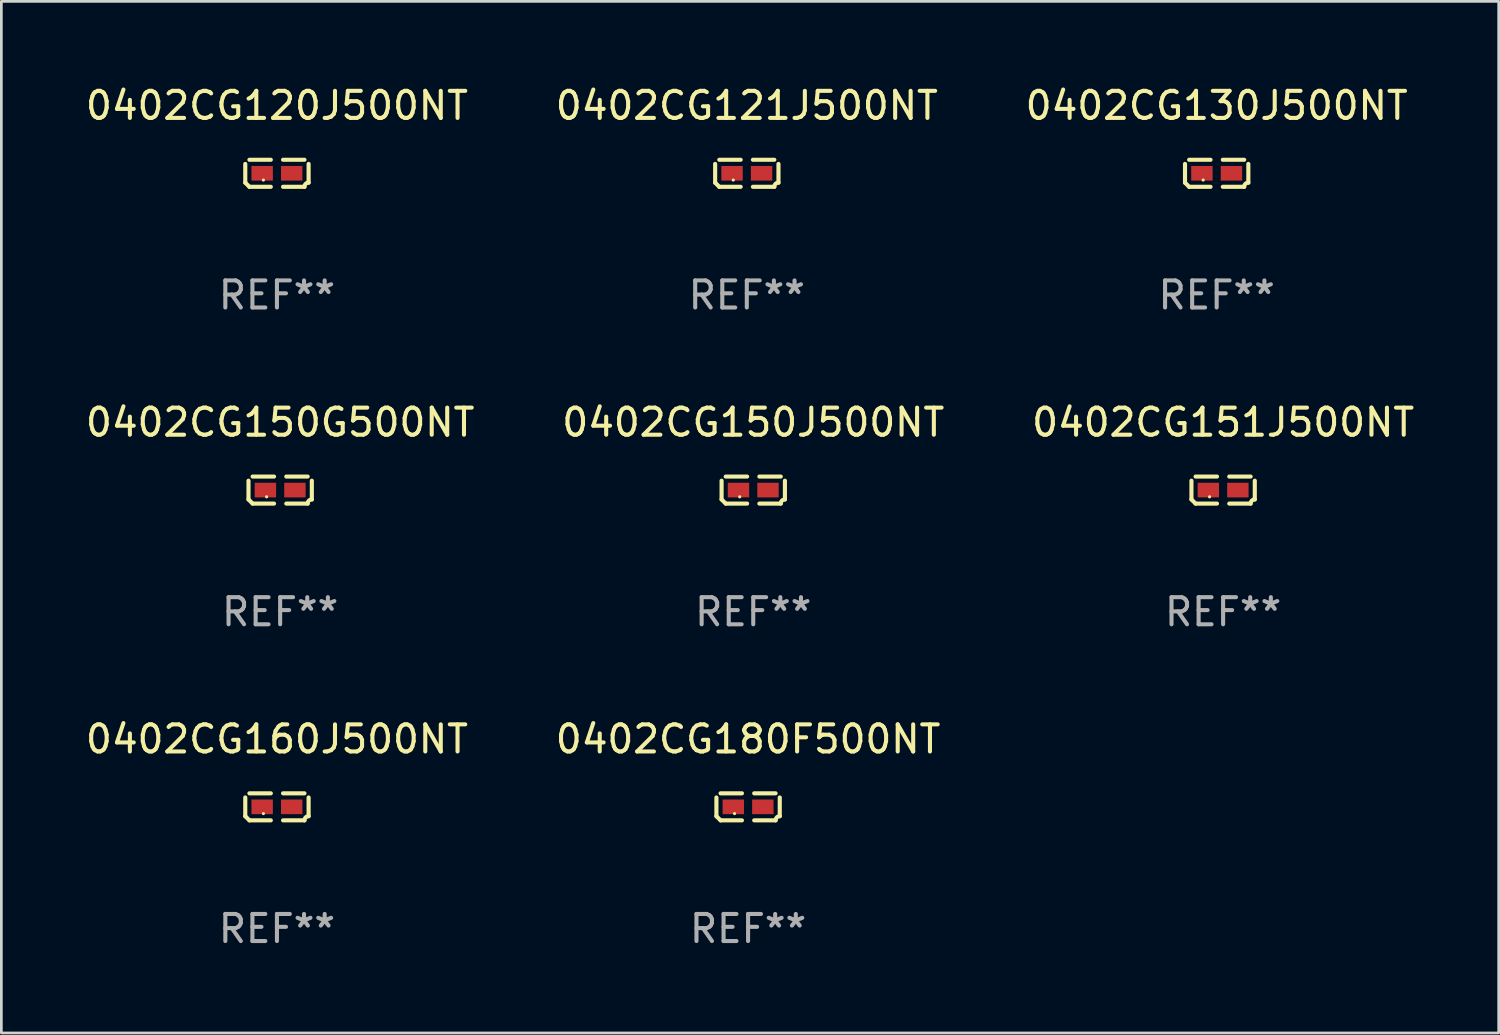
<source format=kicad_pcb>
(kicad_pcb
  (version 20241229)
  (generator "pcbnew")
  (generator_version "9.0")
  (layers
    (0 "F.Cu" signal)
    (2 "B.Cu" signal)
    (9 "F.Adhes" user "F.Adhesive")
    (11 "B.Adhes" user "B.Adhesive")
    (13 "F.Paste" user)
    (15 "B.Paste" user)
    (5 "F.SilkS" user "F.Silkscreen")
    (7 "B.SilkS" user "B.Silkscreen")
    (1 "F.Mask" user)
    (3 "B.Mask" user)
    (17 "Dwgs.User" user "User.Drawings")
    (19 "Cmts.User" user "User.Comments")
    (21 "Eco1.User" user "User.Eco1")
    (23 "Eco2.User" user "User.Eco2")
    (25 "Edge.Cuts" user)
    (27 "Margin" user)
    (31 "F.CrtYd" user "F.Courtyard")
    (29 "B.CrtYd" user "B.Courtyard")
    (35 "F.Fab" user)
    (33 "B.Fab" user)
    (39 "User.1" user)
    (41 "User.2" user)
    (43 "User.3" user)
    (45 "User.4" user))
  (footprint "0402CG180F500NT"
    (layer "F.Cu")
    (at 24.565 26.734)
    (property "Reference" "0402CG180F500NT" (at 0 -2.499 0) (layer "F.SilkS") (effects (font (size 1 1) (thickness 0.15))))
    (attr through_hole)
    (fp_line (start -1.169 0.346) (end -1.169 -0.346) (stroke (width 0.152) (type solid)) (layer "F.SilkS"))
    (fp_line (start -1.016 -0.499) (end -0.226 -0.499) (stroke (width 0.152) (type solid)) (layer "F.SilkS"))
    (fp_line (start -0.226 0.499) (end -1.016 0.499) (stroke (width 0.152) (type solid)) (layer "F.SilkS"))
    (fp_line (start 0.226 0.499) (end 1.016 0.499) (stroke (width 0.152) (type solid)) (layer "F.SilkS"))
    (fp_line (start 1.016 -0.499) (end 0.226 -0.499) (stroke (width 0.152) (type solid)) (layer "F.SilkS"))
    (fp_line (start 1.169 0.346) (end 1.169 -0.346) (stroke (width 0.152) (type solid)) (layer "F.SilkS"))
    (fp_arc (start -1.016307 0.498603) (mid -1.092512 0.422405) (end -1.16871 0.3462) (stroke (width 0.1524) (type solid)) (layer "F.SilkS"))
    (fp_arc (start 1.016307 0.498603) (mid 1.060899 0.390758) (end 1.168707 0.346076) (stroke (width 0.1524) (type solid)) (layer "F.SilkS"))
    (fp_circle (center -0.5 0.25) (end -0.47 0.25) (stroke (width 0.06) (type solid)) (fill no) (layer "F.SilkS"))
    (fp_text user "REF**" (at 0 4.499 0) (layer "F.Fab") (effects (font (size 1 1) (thickness 0.15))))
    (pad "1" smd rect (at -0.545 0) (size 0.79 0.54) (layers "F.Cu" "F.Mask" "F.Paste"))
    (pad "2" smd rect (at 0.545 0) (size 0.79 0.54) (layers "F.Cu" "F.Mask" "F.Paste")))
  (footprint "0402CG150J500NT"
    (layer "F.Cu")
    (at 24.756 15.041)
    (property "Reference" "0402CG150J500NT" (at 0 -2.499 0) (layer "F.SilkS") (effects (font (size 1 1) (thickness 0.15))))
    (attr through_hole)
    (fp_line (start -1.169 0.346) (end -1.169 -0.346) (stroke (width 0.152) (type solid)) (layer "F.SilkS"))
    (fp_line (start -1.016 -0.499) (end -0.226 -0.499) (stroke (width 0.152) (type solid)) (layer "F.SilkS"))
    (fp_line (start -0.226 0.499) (end -1.016 0.499) (stroke (width 0.152) (type solid)) (layer "F.SilkS"))
    (fp_line (start 0.226 0.499) (end 1.016 0.499) (stroke (width 0.152) (type solid)) (layer "F.SilkS"))
    (fp_line (start 1.016 -0.499) (end 0.226 -0.499) (stroke (width 0.152) (type solid)) (layer "F.SilkS"))
    (fp_line (start 1.169 0.346) (end 1.169 -0.346) (stroke (width 0.152) (type solid)) (layer "F.SilkS"))
    (fp_arc (start -1.016307 0.498603) (mid -1.092512 0.422405) (end -1.16871 0.3462) (stroke (width 0.1524) (type solid)) (layer "F.SilkS"))
    (fp_arc (start 1.016307 0.498603) (mid 1.060899 0.390758) (end 1.168707 0.346076) (stroke (width 0.1524) (type solid)) (layer "F.SilkS"))
    (fp_circle (center -0.5 0.25) (end -0.47 0.25) (stroke (width 0.06) (type solid)) (fill no) (layer "F.SilkS"))
    (fp_text user "REF**" (at 0 4.499 0) (layer "F.Fab") (effects (font (size 1 1) (thickness 0.15))))
    (pad "1" smd rect (at -0.545 0) (size 0.79 0.54) (layers "F.Cu" "F.Mask" "F.Paste"))
    (pad "2" smd rect (at 0.545 0) (size 0.79 0.54) (layers "F.Cu" "F.Mask" "F.Paste")))
  (footprint "0402CG120J500NT"
    (layer "F.Cu")
    (at 7.173 3.347)
    (property "Reference" "0402CG120J500NT" (at 0 -2.499 0) (layer "F.SilkS") (effects (font (size 1 1) (thickness 0.15))))
    (attr through_hole)
    (fp_line (start -1.169 0.346) (end -1.169 -0.346) (stroke (width 0.152) (type solid)) (layer "F.SilkS"))
    (fp_line (start -1.016 -0.499) (end -0.226 -0.499) (stroke (width 0.152) (type solid)) (layer "F.SilkS"))
    (fp_line (start -0.226 0.499) (end -1.016 0.499) (stroke (width 0.152) (type solid)) (layer "F.SilkS"))
    (fp_line (start 0.226 0.499) (end 1.016 0.499) (stroke (width 0.152) (type solid)) (layer "F.SilkS"))
    (fp_line (start 1.016 -0.499) (end 0.226 -0.499) (stroke (width 0.152) (type solid)) (layer "F.SilkS"))
    (fp_line (start 1.169 0.346) (end 1.169 -0.346) (stroke (width 0.152) (type solid)) (layer "F.SilkS"))
    (fp_arc (start -1.016307 0.498603) (mid -1.092512 0.422405) (end -1.16871 0.3462) (stroke (width 0.1524) (type solid)) (layer "F.SilkS"))
    (fp_arc (start 1.016307 0.498603) (mid 1.060899 0.390758) (end 1.168707 0.346076) (stroke (width 0.1524) (type solid)) (layer "F.SilkS"))
    (fp_circle (center -0.5 0.25) (end -0.47 0.25) (stroke (width 0.06) (type solid)) (fill no) (layer "F.SilkS"))
    (fp_text user "REF**" (at 0 4.499 0) (layer "F.Fab") (effects (font (size 1 1) (thickness 0.15))))
    (pad "1" smd rect (at -0.545 0) (size 0.79 0.54) (layers "F.Cu" "F.Mask" "F.Paste"))
    (pad "2" smd rect (at 0.545 0) (size 0.79 0.54) (layers "F.Cu" "F.Mask" "F.Paste")))
  (footprint "0402CG121J500NT"
    (layer "F.Cu")
    (at 24.518 3.347)
    (property "Reference" "0402CG121J500NT" (at 0 -2.499 0) (layer "F.SilkS") (effects (font (size 1 1) (thickness 0.15))))
    (attr through_hole)
    (fp_line (start -1.169 0.346) (end -1.169 -0.346) (stroke (width 0.152) (type solid)) (layer "F.SilkS"))
    (fp_line (start -1.016 -0.499) (end -0.226 -0.499) (stroke (width 0.152) (type solid)) (layer "F.SilkS"))
    (fp_line (start -0.226 0.499) (end -1.016 0.499) (stroke (width 0.152) (type solid)) (layer "F.SilkS"))
    (fp_line (start 0.226 0.499) (end 1.016 0.499) (stroke (width 0.152) (type solid)) (layer "F.SilkS"))
    (fp_line (start 1.016 -0.499) (end 0.226 -0.499) (stroke (width 0.152) (type solid)) (layer "F.SilkS"))
    (fp_line (start 1.169 0.346) (end 1.169 -0.346) (stroke (width 0.152) (type solid)) (layer "F.SilkS"))
    (fp_arc (start -1.016307 0.498603) (mid -1.092512 0.422405) (end -1.16871 0.3462) (stroke (width 0.1524) (type solid)) (layer "F.SilkS"))
    (fp_arc (start 1.016307 0.498603) (mid 1.060899 0.390758) (end 1.168707 0.346076) (stroke (width 0.1524) (type solid)) (layer "F.SilkS"))
    (fp_circle (center -0.5 0.25) (end -0.47 0.25) (stroke (width 0.06) (type solid)) (fill no) (layer "F.SilkS"))
    (fp_text user "REF**" (at 0 4.499 0) (layer "F.Fab") (effects (font (size 1 1) (thickness 0.15))))
    (pad "1" smd rect (at -0.545 0) (size 0.79 0.54) (layers "F.Cu" "F.Mask" "F.Paste"))
    (pad "2" smd rect (at 0.545 0) (size 0.79 0.54) (layers "F.Cu" "F.Mask" "F.Paste")))
  (footprint "0402CG150G500NT"
    (layer "F.Cu")
    (at 7.292 15.041)
    (property "Reference" "0402CG150G500NT" (at 0 -2.499 0) (layer "F.SilkS") (effects (font (size 1 1) (thickness 0.15))))
    (attr through_hole)
    (fp_line (start -1.169 0.346) (end -1.169 -0.346) (stroke (width 0.152) (type solid)) (layer "F.SilkS"))
    (fp_line (start -1.016 -0.499) (end -0.226 -0.499) (stroke (width 0.152) (type solid)) (layer "F.SilkS"))
    (fp_line (start -0.226 0.499) (end -1.016 0.499) (stroke (width 0.152) (type solid)) (layer "F.SilkS"))
    (fp_line (start 0.226 0.499) (end 1.016 0.499) (stroke (width 0.152) (type solid)) (layer "F.SilkS"))
    (fp_line (start 1.016 -0.499) (end 0.226 -0.499) (stroke (width 0.152) (type solid)) (layer "F.SilkS"))
    (fp_line (start 1.169 0.346) (end 1.169 -0.346) (stroke (width 0.152) (type solid)) (layer "F.SilkS"))
    (fp_arc (start -1.016307 0.498603) (mid -1.092512 0.422405) (end -1.16871 0.3462) (stroke (width 0.1524) (type solid)) (layer "F.SilkS"))
    (fp_arc (start 1.016307 0.498603) (mid 1.060899 0.390758) (end 1.168707 0.346076) (stroke (width 0.1524) (type solid)) (layer "F.SilkS"))
    (fp_circle (center -0.5 0.25) (end -0.47 0.25) (stroke (width 0.06) (type solid)) (fill no) (layer "F.SilkS"))
    (fp_text user "REF**" (at 0 4.499 0) (layer "F.Fab") (effects (font (size 1 1) (thickness 0.15))))
    (pad "1" smd rect (at -0.545 0) (size 0.79 0.54) (layers "F.Cu" "F.Mask" "F.Paste"))
    (pad "2" smd rect (at 0.545 0) (size 0.79 0.54) (layers "F.Cu" "F.Mask" "F.Paste")))
  (footprint "0402CG130J500NT"
    (layer "F.Cu")
    (at 41.863 3.347)
    (property "Reference" "0402CG130J500NT" (at 0 -2.499 0) (layer "F.SilkS") (effects (font (size 1 1) (thickness 0.15))))
    (attr through_hole)
    (fp_line (start -1.169 0.346) (end -1.169 -0.346) (stroke (width 0.152) (type solid)) (layer "F.SilkS"))
    (fp_line (start -1.016 -0.499) (end -0.226 -0.499) (stroke (width 0.152) (type solid)) (layer "F.SilkS"))
    (fp_line (start -0.226 0.499) (end -1.016 0.499) (stroke (width 0.152) (type solid)) (layer "F.SilkS"))
    (fp_line (start 0.226 0.499) (end 1.016 0.499) (stroke (width 0.152) (type solid)) (layer "F.SilkS"))
    (fp_line (start 1.016 -0.499) (end 0.226 -0.499) (stroke (width 0.152) (type solid)) (layer "F.SilkS"))
    (fp_line (start 1.169 0.346) (end 1.169 -0.346) (stroke (width 0.152) (type solid)) (layer "F.SilkS"))
    (fp_arc (start -1.016307 0.498603) (mid -1.092512 0.422405) (end -1.16871 0.3462) (stroke (width 0.1524) (type solid)) (layer "F.SilkS"))
    (fp_arc (start 1.016307 0.498603) (mid 1.060899 0.390758) (end 1.168707 0.346076) (stroke (width 0.1524) (type solid)) (layer "F.SilkS"))
    (fp_circle (center -0.5 0.25) (end -0.47 0.25) (stroke (width 0.06) (type solid)) (fill no) (layer "F.SilkS"))
    (fp_text user "REF**" (at 0 4.499 0) (layer "F.Fab") (effects (font (size 1 1) (thickness 0.15))))
    (pad "1" smd rect (at -0.545 0) (size 0.79 0.54) (layers "F.Cu" "F.Mask" "F.Paste"))
    (pad "2" smd rect (at 0.545 0) (size 0.79 0.54) (layers "F.Cu" "F.Mask" "F.Paste")))
  (footprint "0402CG160J500NT"
    (layer "F.Cu")
    (at 7.173 26.734)
    (property "Reference" "0402CG160J500NT" (at 0 -2.499 0) (layer "F.SilkS") (effects (font (size 1 1) (thickness 0.15))))
    (attr through_hole)
    (fp_line (start -1.169 0.346) (end -1.169 -0.346) (stroke (width 0.152) (type solid)) (layer "F.SilkS"))
    (fp_line (start -1.016 -0.499) (end -0.226 -0.499) (stroke (width 0.152) (type solid)) (layer "F.SilkS"))
    (fp_line (start -0.226 0.499) (end -1.016 0.499) (stroke (width 0.152) (type solid)) (layer "F.SilkS"))
    (fp_line (start 0.226 0.499) (end 1.016 0.499) (stroke (width 0.152) (type solid)) (layer "F.SilkS"))
    (fp_line (start 1.016 -0.499) (end 0.226 -0.499) (stroke (width 0.152) (type solid)) (layer "F.SilkS"))
    (fp_line (start 1.169 0.346) (end 1.169 -0.346) (stroke (width 0.152) (type solid)) (layer "F.SilkS"))
    (fp_arc (start -1.016307 0.498603) (mid -1.092512 0.422405) (end -1.16871 0.3462) (stroke (width 0.1524) (type solid)) (layer "F.SilkS"))
    (fp_arc (start 1.016307 0.498603) (mid 1.060899 0.390758) (end 1.168707 0.346076) (stroke (width 0.1524) (type solid)) (layer "F.SilkS"))
    (fp_circle (center -0.5 0.25) (end -0.47 0.25) (stroke (width 0.06) (type solid)) (fill no) (layer "F.SilkS"))
    (fp_text user "REF**" (at 0 4.499 0) (layer "F.Fab") (effects (font (size 1 1) (thickness 0.15))))
    (pad "1" smd rect (at -0.545 0) (size 0.79 0.54) (layers "F.Cu" "F.Mask" "F.Paste"))
    (pad "2" smd rect (at 0.545 0) (size 0.79 0.54) (layers "F.Cu" "F.Mask" "F.Paste")))
  (footprint "0402CG151J500NT"
    (layer "F.Cu")
    (at 42.101 15.041)
    (property "Reference" "0402CG151J500NT" (at 0 -2.499 0) (layer "F.SilkS") (effects (font (size 1 1) (thickness 0.15))))
    (attr through_hole)
    (fp_line (start -1.169 0.346) (end -1.169 -0.346) (stroke (width 0.152) (type solid)) (layer "F.SilkS"))
    (fp_line (start -1.016 -0.499) (end -0.226 -0.499) (stroke (width 0.152) (type solid)) (layer "F.SilkS"))
    (fp_line (start -0.226 0.499) (end -1.016 0.499) (stroke (width 0.152) (type solid)) (layer "F.SilkS"))
    (fp_line (start 0.226 0.499) (end 1.016 0.499) (stroke (width 0.152) (type solid)) (layer "F.SilkS"))
    (fp_line (start 1.016 -0.499) (end 0.226 -0.499) (stroke (width 0.152) (type solid)) (layer "F.SilkS"))
    (fp_line (start 1.169 0.346) (end 1.169 -0.346) (stroke (width 0.152) (type solid)) (layer "F.SilkS"))
    (fp_arc (start -1.016307 0.498603) (mid -1.092512 0.422405) (end -1.16871 0.3462) (stroke (width 0.1524) (type solid)) (layer "F.SilkS"))
    (fp_arc (start 1.016307 0.498603) (mid 1.060899 0.390758) (end 1.168707 0.346076) (stroke (width 0.1524) (type solid)) (layer "F.SilkS"))
    (fp_circle (center -0.5 0.25) (end -0.47 0.25) (stroke (width 0.06) (type solid)) (fill no) (layer "F.SilkS"))
    (fp_text user "REF**" (at 0 4.499 0) (layer "F.Fab") (effects (font (size 1 1) (thickness 0.15))))
    (pad "1" smd rect (at -0.545 0) (size 0.79 0.54) (layers "F.Cu" "F.Mask" "F.Paste"))
    (pad "2" smd rect (at 0.545 0) (size 0.79 0.54) (layers "F.Cu" "F.Mask" "F.Paste")))
  (gr_rect
    (start -3 -3)
    (end 52.274 35.081)
    (stroke (width 0.1) (type default))
    (fill no)
    (layer "Edge.Cuts")))
</source>
